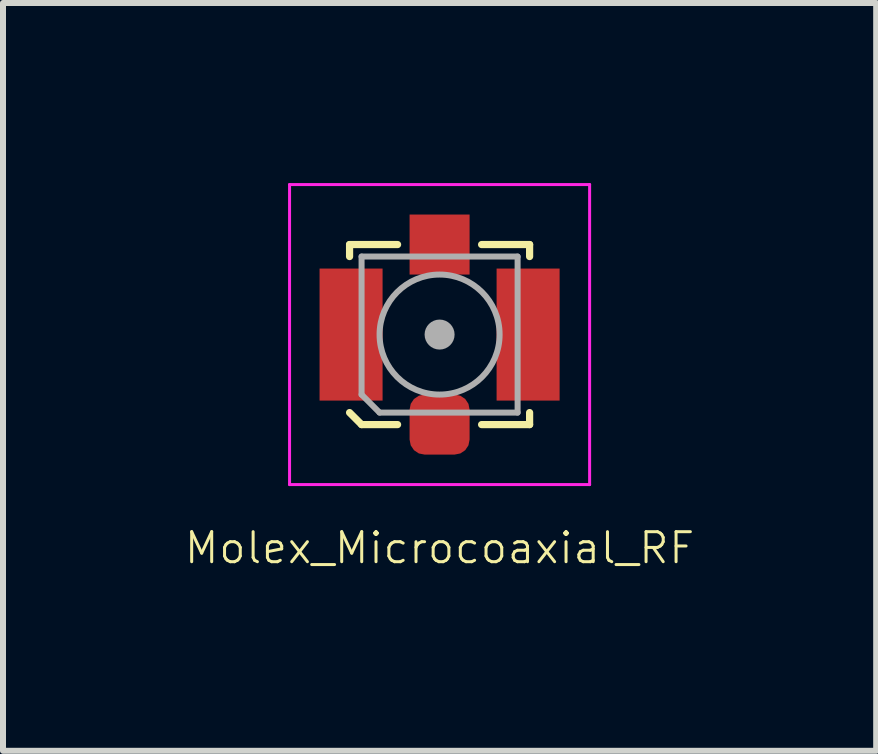
<source format=kicad_pcb>
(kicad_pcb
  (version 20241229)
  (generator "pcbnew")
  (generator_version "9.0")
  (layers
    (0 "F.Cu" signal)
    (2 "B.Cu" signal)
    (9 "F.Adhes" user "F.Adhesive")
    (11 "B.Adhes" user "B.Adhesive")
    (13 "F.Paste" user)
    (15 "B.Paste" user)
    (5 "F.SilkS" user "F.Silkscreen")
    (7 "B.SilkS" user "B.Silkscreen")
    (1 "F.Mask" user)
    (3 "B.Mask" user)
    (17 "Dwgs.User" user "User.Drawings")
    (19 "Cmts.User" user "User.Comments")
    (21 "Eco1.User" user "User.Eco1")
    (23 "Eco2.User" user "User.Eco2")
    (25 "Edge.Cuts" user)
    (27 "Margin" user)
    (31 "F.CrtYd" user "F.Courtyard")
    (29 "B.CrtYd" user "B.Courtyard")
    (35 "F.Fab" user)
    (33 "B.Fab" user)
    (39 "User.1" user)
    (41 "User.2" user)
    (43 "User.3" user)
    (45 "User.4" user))
  (footprint "Molex_Microcoaxial_RF"
    (layer "F.Cu")
    (at 4.275 2.525)
    (property "Reference" "Molex_Microcoaxial_RF" (at 0 3.556 0) (layer "F.SilkS") (effects (font (size 0.5 0.5) (thickness 0.05))))
    (attr smd)
    (fp_line (start -1.5 -1.5) (end -0.7 -1.5) (stroke (width 0.12) (type solid)) (layer "F.SilkS"))
    (fp_line (start -1.5 -1.3) (end -1.5 -1.5) (stroke (width 0.12) (type solid)) (layer "F.SilkS"))
    (fp_line (start -1.3 1.5) (end -1.5 1.3) (stroke (width 0.12) (type solid)) (layer "F.SilkS"))
    (fp_line (start -0.7 1.5) (end -1.3 1.5) (stroke (width 0.12) (type solid)) (layer "F.SilkS"))
    (fp_line (start 0.7 -1.5) (end 1.5 -1.5) (stroke (width 0.12) (type solid)) (layer "F.SilkS"))
    (fp_line (start 1.5 -1.5) (end 1.5 -1.3) (stroke (width 0.12) (type solid)) (layer "F.SilkS"))
    (fp_line (start 1.5 1.3) (end 1.5 1.5) (stroke (width 0.12) (type solid)) (layer "F.SilkS"))
    (fp_line (start 1.5 1.5) (end 0.7 1.5) (stroke (width 0.12) (type solid)) (layer "F.SilkS"))
    (fp_line (start -2.5 -2.5) (end -2.5 2.5) (stroke (width 0.05) (type solid)) (layer "F.CrtYd"))
    (fp_line (start -2.5 2.5) (end 2.5 2.5) (stroke (width 0.05) (type solid)) (layer "F.CrtYd"))
    (fp_line (start 2.5 -2.5) (end -2.5 -2.5) (stroke (width 0.05) (type solid)) (layer "F.CrtYd"))
    (fp_line (start 2.5 2.5) (end 2.5 -2.5) (stroke (width 0.05) (type solid)) (layer "F.CrtYd"))
    (fp_line (start -1.3 -1.3) (end -1.3 1) (stroke (width 0.1) (type solid)) (layer "F.Fab"))
    (fp_line (start -1.3 -1.3) (end 1.3 -1.3) (stroke (width 0.1) (type solid)) (layer "F.Fab"))
    (fp_line (start -1.3 1) (end -1 1.3) (stroke (width 0.1) (type solid)) (layer "F.Fab"))
    (fp_line (start -1 1.3) (end 1.3 1.3) (stroke (width 0.1) (type solid)) (layer "F.Fab"))
    (fp_line (start 1.3 -1.3) (end 1.3 1.3) (stroke (width 0.1) (type solid)) (layer "F.Fab"))
    (fp_circle (center 0 0) (end 0 0.05) (stroke (width 0.1) (type solid)) (fill no) (layer "F.Fab"))
    (fp_circle (center 0 0) (end 0 0.125) (stroke (width 0.1) (type solid)) (fill no) (layer "F.Fab"))
    (fp_circle (center 0 0) (end 0 0.2) (stroke (width 0.1) (type solid)) (fill no) (layer "F.Fab"))
    (fp_circle (center 0 0) (end 1 0) (stroke (width 0.1) (type solid)) (fill no) (layer "F.Fab"))
    (pad "1" smd roundrect (at 0 1.5) (size 1 1) (layers "F.Cu" "F.Mask" "F.Paste") (roundrect_rratio 0.25))
    (pad "2" smd rect (at -1.475 0) (size 1.05 2.2) (layers "F.Cu" "F.Mask" "F.Paste"))
    (pad "2" smd rect (at 0 -1.5) (size 1 1) (layers "F.Cu" "F.Mask" "F.Paste"))
    (pad "2" smd rect (at 1.475 0) (size 1.05 2.2) (layers "F.Cu" "F.Mask" "F.Paste")))
  (gr_rect
    (start -3 -3)
    (end 11.55 9.461)
    (stroke (width 0.1) (type default))
    (fill no)
    (layer "Edge.Cuts")))
</source>
